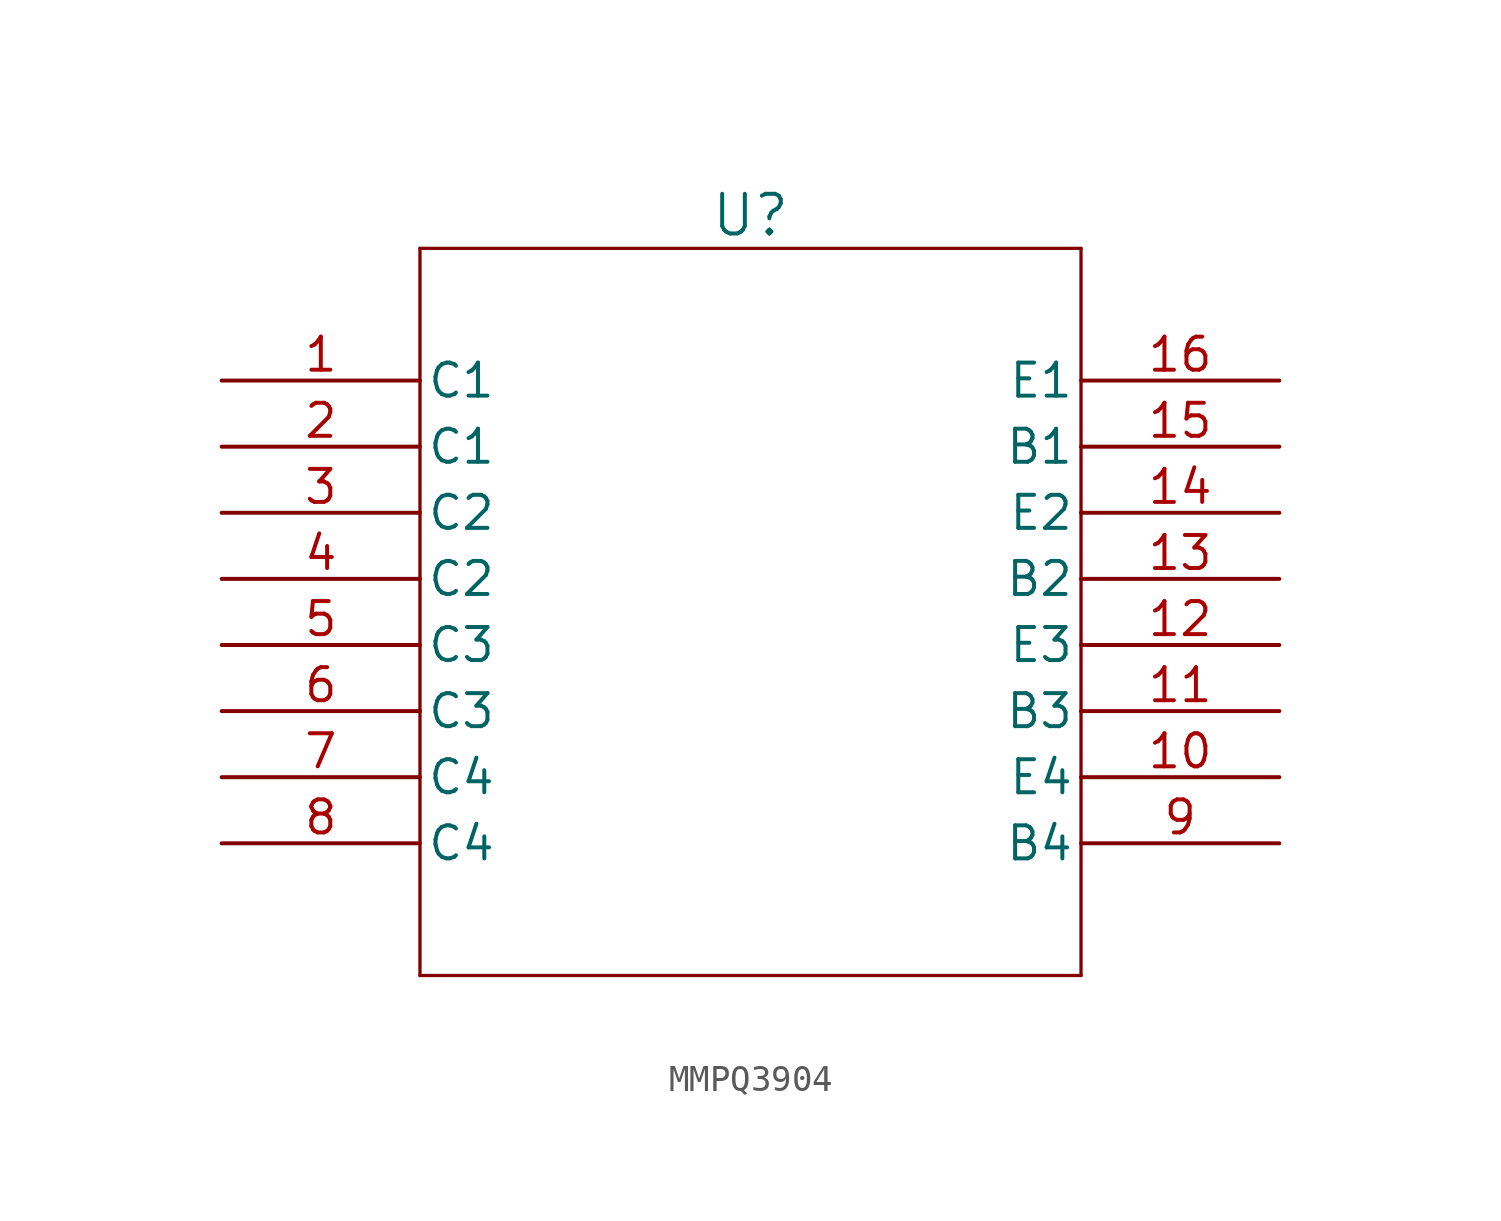
<source format=kicad_sym>
(kicad_symbol_lib
  (version 20220914)
  (generator kicad_symbol_editor)
  (symbol "MMPQ3904"
    (pin_names
      (offset 0.254))
    (property "Reference" "U"
      (at 20.32 6.35 0)
      (effects (font (size 1.524 1.524))))
    (symbol "MMPQ3904_0_1"
      (polyline (pts (xy 7.62 -22.86) (xy 33.02 -22.86)) (stroke (width 0.127) (type default)) (fill (type none)))
      (polyline (pts (xy 7.62 5.08) (xy 7.62 -22.86)) (stroke (width 0.127) (type default)) (fill (type none)))
      (polyline (pts (xy 33.02 -22.86) (xy 33.02 5.08)) (stroke (width 0.127) (type default)) (fill (type none)))
      (polyline (pts (xy 33.02 5.08) (xy 7.62 5.08)) (stroke (width 0.127) (type default)) (fill (type none)))
      (pin passive line (at 0 0 0) (length 7.62) (name "C1" (effects (font (size 1.27 1.27)))) (number "1" (effects (font (size 1.27 1.27)))))
      (pin passive line (at 40.64 -15.24 180) (length 7.62) (name "E4" (effects (font (size 1.27 1.27)))) (number "10" (effects (font (size 1.27 1.27)))))
      (pin passive line (at 40.64 -12.7 180) (length 7.62) (name "B3" (effects (font (size 1.27 1.27)))) (number "11" (effects (font (size 1.27 1.27)))))
      (pin passive line (at 40.64 -10.16 180) (length 7.62) (name "E3" (effects (font (size 1.27 1.27)))) (number "12" (effects (font (size 1.27 1.27)))))
      (pin passive line (at 40.64 -7.62 180) (length 7.62) (name "B2" (effects (font (size 1.27 1.27)))) (number "13" (effects (font (size 1.27 1.27)))))
      (pin passive line (at 40.64 -5.08 180) (length 7.62) (name "E2" (effects (font (size 1.27 1.27)))) (number "14" (effects (font (size 1.27 1.27)))))
      (pin passive line (at 40.64 -2.54 180) (length 7.62) (name "B1" (effects (font (size 1.27 1.27)))) (number "15" (effects (font (size 1.27 1.27)))))
      (pin passive line (at 40.64 0 180) (length 7.62) (name "E1" (effects (font (size 1.27 1.27)))) (number "16" (effects (font (size 1.27 1.27)))))
      (pin passive line (at 0 -2.54 0) (length 7.62) (name "C1" (effects (font (size 1.27 1.27)))) (number "2" (effects (font (size 1.27 1.27)))))
      (pin passive line (at 0 -5.08 0) (length 7.62) (name "C2" (effects (font (size 1.27 1.27)))) (number "3" (effects (font (size 1.27 1.27)))))
      (pin passive line (at 0 -7.62 0) (length 7.62) (name "C2" (effects (font (size 1.27 1.27)))) (number "4" (effects (font (size 1.27 1.27)))))
      (pin passive line (at 0 -10.16 0) (length 7.62) (name "C3" (effects (font (size 1.27 1.27)))) (number "5" (effects (font (size 1.27 1.27)))))
      (pin passive line (at 0 -12.7 0) (length 7.62) (name "C3" (effects (font (size 1.27 1.27)))) (number "6" (effects (font (size 1.27 1.27)))))
      (pin passive line (at 0 -15.24 0) (length 7.62) (name "C4" (effects (font (size 1.27 1.27)))) (number "7" (effects (font (size 1.27 1.27)))))
      (pin passive line (at 0 -17.78 0) (length 7.62) (name "C4" (effects (font (size 1.27 1.27)))) (number "8" (effects (font (size 1.27 1.27)))))
      (pin passive line (at 40.64 -17.78 180) (length 7.62) (name "B4" (effects (font (size 1.27 1.27)))) (number "9" (effects (font (size 1.27 1.27))))))))
</source>
